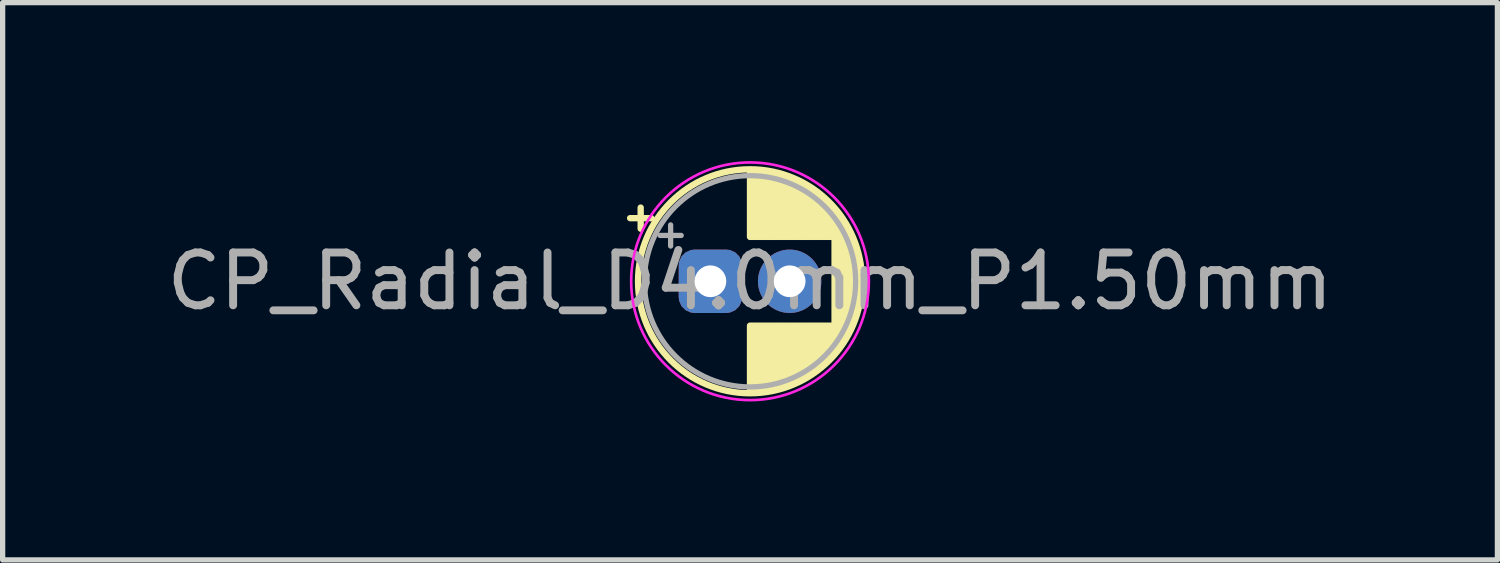
<source format=kicad_pcb>
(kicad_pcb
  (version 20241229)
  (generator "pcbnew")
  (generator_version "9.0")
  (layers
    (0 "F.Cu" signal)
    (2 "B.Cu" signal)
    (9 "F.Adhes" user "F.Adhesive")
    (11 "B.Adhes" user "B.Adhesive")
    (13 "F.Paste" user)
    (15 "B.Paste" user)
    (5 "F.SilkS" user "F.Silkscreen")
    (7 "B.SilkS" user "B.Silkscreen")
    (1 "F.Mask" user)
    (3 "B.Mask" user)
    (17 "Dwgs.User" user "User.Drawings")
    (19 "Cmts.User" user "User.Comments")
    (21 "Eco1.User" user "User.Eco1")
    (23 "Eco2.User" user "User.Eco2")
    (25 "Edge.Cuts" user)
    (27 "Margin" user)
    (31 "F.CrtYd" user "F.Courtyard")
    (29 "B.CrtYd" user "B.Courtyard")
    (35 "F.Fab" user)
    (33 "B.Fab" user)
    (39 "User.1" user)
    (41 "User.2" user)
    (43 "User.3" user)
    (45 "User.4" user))
  (footprint "CP_Radial_D4.0mm_P1.50mm"
    (layer "F.Cu")
    (at 11.149 2.275)
    (property "Reference" "CP_Radial_D4.0mm_P1.50mm" (at 0 0 0) (layer "F.Fab") (effects (font (size 1 1) (thickness 0.15))))
    (attr through_hole)
    (fp_line (start -2.27 -1.195) (end -1.87 -1.195) (stroke (width 0.12) (type solid)) (layer "F.SilkS"))
    (fp_line (start -2.07 -1.395) (end -2.07 -0.995) (stroke (width 0.12) (type solid)) (layer "F.SilkS"))
    (fp_line (start 0 -2.08) (end 0 -0.84) (stroke (width 0.12) (type solid)) (layer "F.SilkS"))
    (fp_line (start 0 0.84) (end 0 2.08) (stroke (width 0.12) (type solid)) (layer "F.SilkS"))
    (fp_line (start 0.04 -2.08) (end 0.04 -0.84) (stroke (width 0.12) (type solid)) (layer "F.SilkS"))
    (fp_line (start 0.04 0.84) (end 0.04 2.08) (stroke (width 0.12) (type solid)) (layer "F.SilkS"))
    (fp_line (start 0.08 -2.079) (end 0.08 -0.84) (stroke (width 0.12) (type solid)) (layer "F.SilkS"))
    (fp_line (start 0.08 0.84) (end 0.08 2.079) (stroke (width 0.12) (type solid)) (layer "F.SilkS"))
    (fp_line (start 0.12 -2.077) (end 0.12 -0.84) (stroke (width 0.12) (type solid)) (layer "F.SilkS"))
    (fp_line (start 0.12 0.84) (end 0.12 2.077) (stroke (width 0.12) (type solid)) (layer "F.SilkS"))
    (fp_line (start 0.16 -2.074) (end 0.16 -0.84) (stroke (width 0.12) (type solid)) (layer "F.SilkS"))
    (fp_line (start 0.16 0.84) (end 0.16 2.074) (stroke (width 0.12) (type solid)) (layer "F.SilkS"))
    (fp_line (start 0.2 -2.071) (end 0.2 -0.84) (stroke (width 0.12) (type solid)) (layer "F.SilkS"))
    (fp_line (start 0.2 0.84) (end 0.2 2.071) (stroke (width 0.12) (type solid)) (layer "F.SilkS"))
    (fp_line (start 0.24 -2.067) (end 0.24 -0.84) (stroke (width 0.12) (type solid)) (layer "F.SilkS"))
    (fp_line (start 0.24 0.84) (end 0.24 2.067) (stroke (width 0.12) (type solid)) (layer "F.SilkS"))
    (fp_line (start 0.28 -2.062) (end 0.28 -0.84) (stroke (width 0.12) (type solid)) (layer "F.SilkS"))
    (fp_line (start 0.28 0.84) (end 0.28 2.062) (stroke (width 0.12) (type solid)) (layer "F.SilkS"))
    (fp_line (start 0.32 -2.056) (end 0.32 -0.84) (stroke (width 0.12) (type solid)) (layer "F.SilkS"))
    (fp_line (start 0.32 0.84) (end 0.32 2.056) (stroke (width 0.12) (type solid)) (layer "F.SilkS"))
    (fp_line (start 0.36 -2.05) (end 0.36 -0.84) (stroke (width 0.12) (type solid)) (layer "F.SilkS"))
    (fp_line (start 0.36 0.84) (end 0.36 2.05) (stroke (width 0.12) (type solid)) (layer "F.SilkS"))
    (fp_line (start 0.4 -2.042) (end 0.4 -0.84) (stroke (width 0.12) (type solid)) (layer "F.SilkS"))
    (fp_line (start 0.4 0.84) (end 0.4 2.042) (stroke (width 0.12) (type solid)) (layer "F.SilkS"))
    (fp_line (start 0.44 -2.034) (end 0.44 -0.84) (stroke (width 0.12) (type solid)) (layer "F.SilkS"))
    (fp_line (start 0.44 0.84) (end 0.44 2.034) (stroke (width 0.12) (type solid)) (layer "F.SilkS"))
    (fp_line (start 0.48 -2.025) (end 0.48 -0.84) (stroke (width 0.12) (type solid)) (layer "F.SilkS"))
    (fp_line (start 0.48 0.84) (end 0.48 2.025) (stroke (width 0.12) (type solid)) (layer "F.SilkS"))
    (fp_line (start 0.52 -2.016) (end 0.52 -0.84) (stroke (width 0.12) (type solid)) (layer "F.SilkS"))
    (fp_line (start 0.52 0.84) (end 0.52 2.016) (stroke (width 0.12) (type solid)) (layer "F.SilkS"))
    (fp_line (start 0.56 -2.005) (end 0.56 -0.84) (stroke (width 0.12) (type solid)) (layer "F.SilkS"))
    (fp_line (start 0.56 0.84) (end 0.56 2.005) (stroke (width 0.12) (type solid)) (layer "F.SilkS"))
    (fp_line (start 0.6 -1.994) (end 0.6 -0.84) (stroke (width 0.12) (type solid)) (layer "F.SilkS"))
    (fp_line (start 0.6 0.84) (end 0.6 1.994) (stroke (width 0.12) (type solid)) (layer "F.SilkS"))
    (fp_line (start 0.64 -1.982) (end 0.64 -0.84) (stroke (width 0.12) (type solid)) (layer "F.SilkS"))
    (fp_line (start 0.64 0.84) (end 0.64 1.982) (stroke (width 0.12) (type solid)) (layer "F.SilkS"))
    (fp_line (start 0.68 -1.968) (end 0.68 -0.84) (stroke (width 0.12) (type solid)) (layer "F.SilkS"))
    (fp_line (start 0.68 0.84) (end 0.68 1.968) (stroke (width 0.12) (type solid)) (layer "F.SilkS"))
    (fp_line (start 0.721 -1.954) (end 0.721 -0.84) (stroke (width 0.12) (type solid)) (layer "F.SilkS"))
    (fp_line (start 0.721 0.84) (end 0.721 1.954) (stroke (width 0.12) (type solid)) (layer "F.SilkS"))
    (fp_line (start 0.761 -1.94) (end 0.761 -0.84) (stroke (width 0.12) (type solid)) (layer "F.SilkS"))
    (fp_line (start 0.761 0.84) (end 0.761 1.94) (stroke (width 0.12) (type solid)) (layer "F.SilkS"))
    (fp_line (start 0.801 -1.924) (end 0.801 -0.84) (stroke (width 0.12) (type solid)) (layer "F.SilkS"))
    (fp_line (start 0.801 0.84) (end 0.801 1.924) (stroke (width 0.12) (type solid)) (layer "F.SilkS"))
    (fp_line (start 0.841 -1.907) (end 0.841 -0.84) (stroke (width 0.12) (type solid)) (layer "F.SilkS"))
    (fp_line (start 0.841 0.84) (end 0.841 1.907) (stroke (width 0.12) (type solid)) (layer "F.SilkS"))
    (fp_line (start 0.881 -1.889) (end 0.881 -0.84) (stroke (width 0.12) (type solid)) (layer "F.SilkS"))
    (fp_line (start 0.881 0.84) (end 0.881 1.889) (stroke (width 0.12) (type solid)) (layer "F.SilkS"))
    (fp_line (start 0.921 -1.87) (end 0.921 -0.84) (stroke (width 0.12) (type solid)) (layer "F.SilkS"))
    (fp_line (start 0.921 0.84) (end 0.921 1.87) (stroke (width 0.12) (type solid)) (layer "F.SilkS"))
    (fp_line (start 0.961 -1.851) (end 0.961 -0.84) (stroke (width 0.12) (type solid)) (layer "F.SilkS"))
    (fp_line (start 0.961 0.84) (end 0.961 1.851) (stroke (width 0.12) (type solid)) (layer "F.SilkS"))
    (fp_line (start 1.001 -1.83) (end 1.001 -0.84) (stroke (width 0.12) (type solid)) (layer "F.SilkS"))
    (fp_line (start 1.001 0.84) (end 1.001 1.83) (stroke (width 0.12) (type solid)) (layer "F.SilkS"))
    (fp_line (start 1.041 -1.808) (end 1.041 -0.84) (stroke (width 0.12) (type solid)) (layer "F.SilkS"))
    (fp_line (start 1.041 0.84) (end 1.041 1.808) (stroke (width 0.12) (type solid)) (layer "F.SilkS"))
    (fp_line (start 1.081 -1.785) (end 1.081 -0.84) (stroke (width 0.12) (type solid)) (layer "F.SilkS"))
    (fp_line (start 1.081 0.84) (end 1.081 1.785) (stroke (width 0.12) (type solid)) (layer "F.SilkS"))
    (fp_line (start 1.121 -1.76) (end 1.121 -0.84) (stroke (width 0.12) (type solid)) (layer "F.SilkS"))
    (fp_line (start 1.121 0.84) (end 1.121 1.76) (stroke (width 0.12) (type solid)) (layer "F.SilkS"))
    (fp_line (start 1.161 -1.735) (end 1.161 -0.84) (stroke (width 0.12) (type solid)) (layer "F.SilkS"))
    (fp_line (start 1.161 0.84) (end 1.161 1.735) (stroke (width 0.12) (type solid)) (layer "F.SilkS"))
    (fp_line (start 1.201 -1.708) (end 1.201 -0.84) (stroke (width 0.12) (type solid)) (layer "F.SilkS"))
    (fp_line (start 1.201 0.84) (end 1.201 1.708) (stroke (width 0.12) (type solid)) (layer "F.SilkS"))
    (fp_line (start 1.241 -1.68) (end 1.241 -0.84) (stroke (width 0.12) (type solid)) (layer "F.SilkS"))
    (fp_line (start 1.241 0.84) (end 1.241 1.68) (stroke (width 0.12) (type solid)) (layer "F.SilkS"))
    (fp_line (start 1.281 -1.65) (end 1.281 -0.84) (stroke (width 0.12) (type solid)) (layer "F.SilkS"))
    (fp_line (start 1.281 0.84) (end 1.281 1.65) (stroke (width 0.12) (type solid)) (layer "F.SilkS"))
    (fp_line (start 1.321 -1.619) (end 1.321 -0.84) (stroke (width 0.12) (type solid)) (layer "F.SilkS"))
    (fp_line (start 1.321 0.84) (end 1.321 1.619) (stroke (width 0.12) (type solid)) (layer "F.SilkS"))
    (fp_line (start 1.361 -1.587) (end 1.361 -0.84) (stroke (width 0.12) (type solid)) (layer "F.SilkS"))
    (fp_line (start 1.361 0.84) (end 1.361 1.587) (stroke (width 0.12) (type solid)) (layer "F.SilkS"))
    (fp_line (start 1.401 -1.552) (end 1.401 -0.84) (stroke (width 0.12) (type solid)) (layer "F.SilkS"))
    (fp_line (start 1.401 0.84) (end 1.401 1.552) (stroke (width 0.12) (type solid)) (layer "F.SilkS"))
    (fp_line (start 1.441 -1.516) (end 1.441 -0.84) (stroke (width 0.12) (type solid)) (layer "F.SilkS"))
    (fp_line (start 1.441 0.84) (end 1.441 1.516) (stroke (width 0.12) (type solid)) (layer "F.SilkS"))
    (fp_line (start 1.481 -1.478) (end 1.481 -0.84) (stroke (width 0.12) (type solid)) (layer "F.SilkS"))
    (fp_line (start 1.481 0.84) (end 1.481 1.478) (stroke (width 0.12) (type solid)) (layer "F.SilkS"))
    (fp_line (start 1.521 -1.438) (end 1.521 -0.84) (stroke (width 0.12) (type solid)) (layer "F.SilkS"))
    (fp_line (start 1.521 0.84) (end 1.521 1.438) (stroke (width 0.12) (type solid)) (layer "F.SilkS"))
    (fp_line (start 1.561 -1.396) (end 1.561 -0.84) (stroke (width 0.12) (type solid)) (layer "F.SilkS"))
    (fp_line (start 1.561 0.84) (end 1.561 1.396) (stroke (width 0.12) (type solid)) (layer "F.SilkS"))
    (fp_line (start 1.601 -1.351) (end 1.601 1.351) (stroke (width 0.12) (type solid)) (layer "F.SilkS"))
    (fp_line (start 1.641 -1.304) (end 1.641 1.304) (stroke (width 0.12) (type solid)) (layer "F.SilkS"))
    (fp_line (start 1.681 -1.254) (end 1.681 1.254) (stroke (width 0.12) (type solid)) (layer "F.SilkS"))
    (fp_line (start 1.721 -1.2) (end 1.721 1.2) (stroke (width 0.12) (type solid)) (layer "F.SilkS"))
    (fp_line (start 1.761 -1.142) (end 1.761 1.142) (stroke (width 0.12) (type solid)) (layer "F.SilkS"))
    (fp_line (start 1.801 -1.08) (end 1.801 1.08) (stroke (width 0.12) (type solid)) (layer "F.SilkS"))
    (fp_line (start 1.841 -1.013) (end 1.841 1.013) (stroke (width 0.12) (type solid)) (layer "F.SilkS"))
    (fp_line (start 1.881 -0.94) (end 1.881 0.94) (stroke (width 0.12) (type solid)) (layer "F.SilkS"))
    (fp_line (start 1.921 -0.859) (end 1.921 0.859) (stroke (width 0.12) (type solid)) (layer "F.SilkS"))
    (fp_line (start 1.961 -0.768) (end 1.961 0.768) (stroke (width 0.12) (type solid)) (layer "F.SilkS"))
    (fp_line (start 2.001 -0.664) (end 2.001 0.664) (stroke (width 0.12) (type solid)) (layer "F.SilkS"))
    (fp_line (start 2.041 -0.537) (end 2.041 0.537) (stroke (width 0.12) (type solid)) (layer "F.SilkS"))
    (fp_line (start 2.081 -0.37) (end 2.081 0.37) (stroke (width 0.12) (type solid)) (layer "F.SilkS"))
    (fp_circle (center 0 0) (end 2.12 0) (stroke (width 0.12) (type solid)) (fill no) (layer "F.SilkS"))
    (fp_circle (center 0 0) (end 2.25 0) (stroke (width 0.05) (type solid)) (fill no) (layer "F.CrtYd"))
    (fp_line (start -1.703 -0.868) (end -1.303 -0.868) (stroke (width 0.1) (type solid)) (layer "F.Fab"))
    (fp_line (start -1.503 -1.067) (end -1.503 -0.667) (stroke (width 0.1) (type solid)) (layer "F.Fab"))
    (fp_circle (center 0 0) (end 2 0) (stroke (width 0.1) (type solid)) (fill no) (layer "F.Fab"))
    (pad "1" thru_hole roundrect (at -0.75 0) (size 1.2 1.2) (drill 0.6) (layers "*.Cu" "*.Mask") (roundrect_rratio 0.25))
    (pad "2" thru_hole circle (at 0.75 0) (size 1.2 1.2) (drill 0.6) (layers "*.Cu" "*.Mask")))
  (gr_rect
    (start -3 -3)
    (end 25.298 7.55)
    (stroke (width 0.1) (type default))
    (fill no)
    (layer "Edge.Cuts")))
</source>
